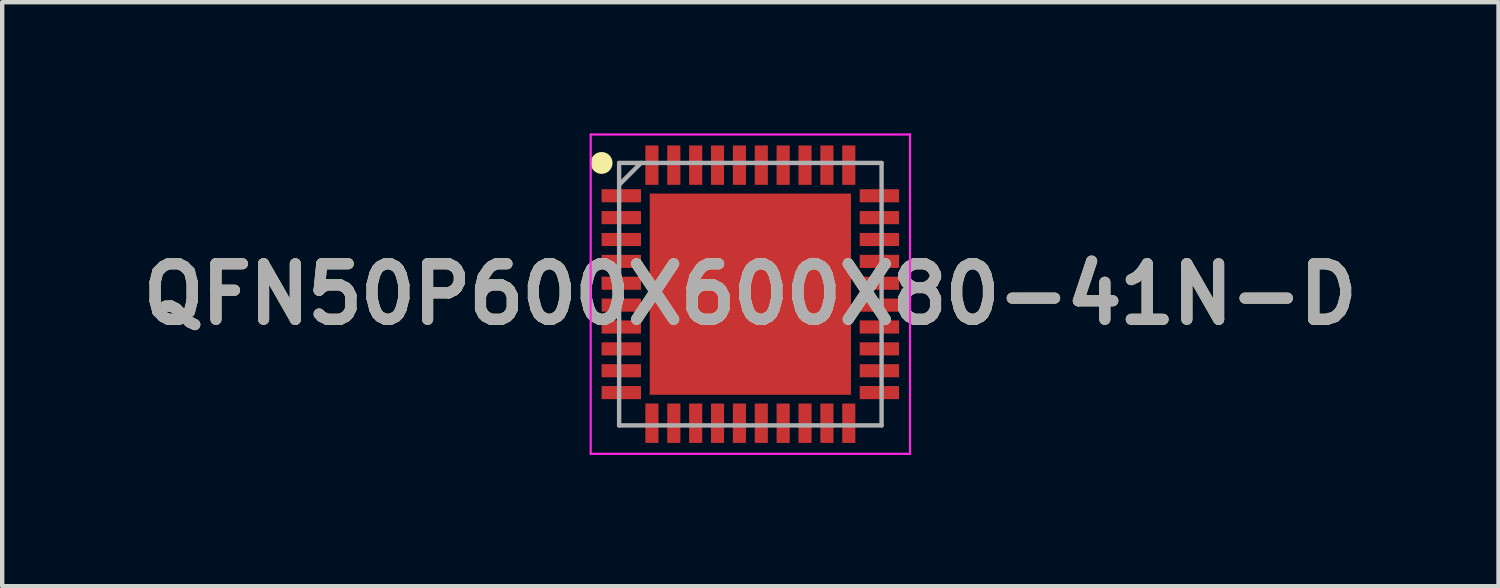
<source format=kicad_pcb>
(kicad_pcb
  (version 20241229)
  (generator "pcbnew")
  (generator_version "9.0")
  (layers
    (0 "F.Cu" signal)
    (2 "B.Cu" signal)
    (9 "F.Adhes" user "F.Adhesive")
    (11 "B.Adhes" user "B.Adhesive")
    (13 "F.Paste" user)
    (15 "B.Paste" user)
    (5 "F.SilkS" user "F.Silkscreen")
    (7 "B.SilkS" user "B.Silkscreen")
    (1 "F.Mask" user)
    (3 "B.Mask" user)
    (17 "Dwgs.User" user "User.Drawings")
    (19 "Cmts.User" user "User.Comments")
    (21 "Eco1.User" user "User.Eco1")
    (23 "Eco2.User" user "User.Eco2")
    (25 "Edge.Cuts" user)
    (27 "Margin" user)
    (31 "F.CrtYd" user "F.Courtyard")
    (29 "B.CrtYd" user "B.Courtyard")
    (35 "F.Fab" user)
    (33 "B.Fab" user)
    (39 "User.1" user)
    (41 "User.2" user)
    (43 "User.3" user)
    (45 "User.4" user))
  (footprint "QFN50P600X600X80-41N-D"
    (layer "F.Cu")
    (at 14.103 3.675)
    (property "Reference" "QFN50P600X600X80-41N-D" (at 0 0 0) (layer "F.SilkS") (effects (font (size 1.27 1.27) (thickness 0.254))))
    (attr smd)
    (fp_circle (center -3.4 -3) (end -3.4 -2.875) (stroke (width 0.25) (type solid)) (fill no) (layer "F.SilkS"))
    (fp_line (start -3.65 -3.65) (end 3.65 -3.65) (stroke (width 0.05) (type solid)) (layer "F.CrtYd"))
    (fp_line (start -3.65 3.65) (end -3.65 -3.65) (stroke (width 0.05) (type solid)) (layer "F.CrtYd"))
    (fp_line (start 3.65 -3.65) (end 3.65 3.65) (stroke (width 0.05) (type solid)) (layer "F.CrtYd"))
    (fp_line (start 3.65 3.65) (end -3.65 3.65) (stroke (width 0.05) (type solid)) (layer "F.CrtYd"))
    (fp_line (start -3 -3) (end 3 -3) (stroke (width 0.1) (type solid)) (layer "F.Fab"))
    (fp_line (start -3 -2.5) (end -2.5 -3) (stroke (width 0.1) (type solid)) (layer "F.Fab"))
    (fp_line (start -3 3) (end -3 -3) (stroke (width 0.1) (type solid)) (layer "F.Fab"))
    (fp_line (start 3 -3) (end 3 3) (stroke (width 0.1) (type solid)) (layer "F.Fab"))
    (fp_line (start 3 3) (end -3 3) (stroke (width 0.1) (type solid)) (layer "F.Fab"))
    (fp_text user "${REFERENCE}" (at 0 0 0) (layer "F.Fab") (effects (font (size 1.27 1.27) (thickness 0.254))))
    (pad "1" smd rect (at -2.95 -2.25 90) (size 0.3 0.9) (layers "F.Cu" "F.Mask" "F.Paste"))
    (pad "2" smd rect (at -2.95 -1.75 90) (size 0.3 0.9) (layers "F.Cu" "F.Mask" "F.Paste"))
    (pad "3" smd rect (at -2.95 -1.25 90) (size 0.3 0.9) (layers "F.Cu" "F.Mask" "F.Paste"))
    (pad "4" smd rect (at -2.95 -0.75 90) (size 0.3 0.9) (layers "F.Cu" "F.Mask" "F.Paste"))
    (pad "5" smd rect (at -2.95 -0.25 90) (size 0.3 0.9) (layers "F.Cu" "F.Mask" "F.Paste"))
    (pad "6" smd rect (at -2.95 0.25 90) (size 0.3 0.9) (layers "F.Cu" "F.Mask" "F.Paste"))
    (pad "7" smd rect (at -2.95 0.75 90) (size 0.3 0.9) (layers "F.Cu" "F.Mask" "F.Paste"))
    (pad "8" smd rect (at -2.95 1.25 90) (size 0.3 0.9) (layers "F.Cu" "F.Mask" "F.Paste"))
    (pad "9" smd rect (at -2.95 1.75 90) (size 0.3 0.9) (layers "F.Cu" "F.Mask" "F.Paste"))
    (pad "10" smd rect (at -2.95 2.25 90) (size 0.3 0.9) (layers "F.Cu" "F.Mask" "F.Paste"))
    (pad "11" smd rect (at -2.25 2.95) (size 0.3 0.9) (layers "F.Cu" "F.Mask" "F.Paste"))
    (pad "12" smd rect (at -1.75 2.95) (size 0.3 0.9) (layers "F.Cu" "F.Mask" "F.Paste"))
    (pad "13" smd rect (at -1.25 2.95) (size 0.3 0.9) (layers "F.Cu" "F.Mask" "F.Paste"))
    (pad "14" smd rect (at -0.75 2.95) (size 0.3 0.9) (layers "F.Cu" "F.Mask" "F.Paste"))
    (pad "15" smd rect (at -0.25 2.95) (size 0.3 0.9) (layers "F.Cu" "F.Mask" "F.Paste"))
    (pad "16" smd rect (at 0.25 2.95) (size 0.3 0.9) (layers "F.Cu" "F.Mask" "F.Paste"))
    (pad "17" smd rect (at 0.75 2.95) (size 0.3 0.9) (layers "F.Cu" "F.Mask" "F.Paste"))
    (pad "18" smd rect (at 1.25 2.95) (size 0.3 0.9) (layers "F.Cu" "F.Mask" "F.Paste"))
    (pad "19" smd rect (at 1.75 2.95) (size 0.3 0.9) (layers "F.Cu" "F.Mask" "F.Paste"))
    (pad "20" smd rect (at 2.25 2.95) (size 0.3 0.9) (layers "F.Cu" "F.Mask" "F.Paste"))
    (pad "21" smd rect (at 2.95 2.25 90) (size 0.3 0.9) (layers "F.Cu" "F.Mask" "F.Paste"))
    (pad "22" smd rect (at 2.95 1.75 90) (size 0.3 0.9) (layers "F.Cu" "F.Mask" "F.Paste"))
    (pad "23" smd rect (at 2.95 1.25 90) (size 0.3 0.9) (layers "F.Cu" "F.Mask" "F.Paste"))
    (pad "24" smd rect (at 2.95 0.75 90) (size 0.3 0.9) (layers "F.Cu" "F.Mask" "F.Paste"))
    (pad "25" smd rect (at 2.95 0.25 90) (size 0.3 0.9) (layers "F.Cu" "F.Mask" "F.Paste"))
    (pad "26" smd rect (at 2.95 -0.25 90) (size 0.3 0.9) (layers "F.Cu" "F.Mask" "F.Paste"))
    (pad "27" smd rect (at 2.95 -0.75 90) (size 0.3 0.9) (layers "F.Cu" "F.Mask" "F.Paste"))
    (pad "28" smd rect (at 2.95 -1.25 90) (size 0.3 0.9) (layers "F.Cu" "F.Mask" "F.Paste"))
    (pad "29" smd rect (at 2.95 -1.75 90) (size 0.3 0.9) (layers "F.Cu" "F.Mask" "F.Paste"))
    (pad "30" smd rect (at 2.95 -2.25 90) (size 0.3 0.9) (layers "F.Cu" "F.Mask" "F.Paste"))
    (pad "31" smd rect (at 2.25 -2.95) (size 0.3 0.9) (layers "F.Cu" "F.Mask" "F.Paste"))
    (pad "32" smd rect (at 1.75 -2.95) (size 0.3 0.9) (layers "F.Cu" "F.Mask" "F.Paste"))
    (pad "33" smd rect (at 1.25 -2.95) (size 0.3 0.9) (layers "F.Cu" "F.Mask" "F.Paste"))
    (pad "34" smd rect (at 0.75 -2.95) (size 0.3 0.9) (layers "F.Cu" "F.Mask" "F.Paste"))
    (pad "35" smd rect (at 0.25 -2.95) (size 0.3 0.9) (layers "F.Cu" "F.Mask" "F.Paste"))
    (pad "36" smd rect (at -0.25 -2.95) (size 0.3 0.9) (layers "F.Cu" "F.Mask" "F.Paste"))
    (pad "37" smd rect (at -0.75 -2.95) (size 0.3 0.9) (layers "F.Cu" "F.Mask" "F.Paste"))
    (pad "38" smd rect (at -1.25 -2.95) (size 0.3 0.9) (layers "F.Cu" "F.Mask" "F.Paste"))
    (pad "39" smd rect (at -1.75 -2.95) (size 0.3 0.9) (layers "F.Cu" "F.Mask" "F.Paste"))
    (pad "40" smd rect (at -2.25 -2.95) (size 0.3 0.9) (layers "F.Cu" "F.Mask" "F.Paste"))
    (pad "41" smd rect (at 0 0) (size 4.6 4.6) (layers "F.Cu" "F.Mask" "F.Paste")))
  (gr_rect
    (start -3 -3)
    (end 31.206 10.35)
    (stroke (width 0.1) (type default))
    (fill no)
    (layer "Edge.Cuts")))
</source>
